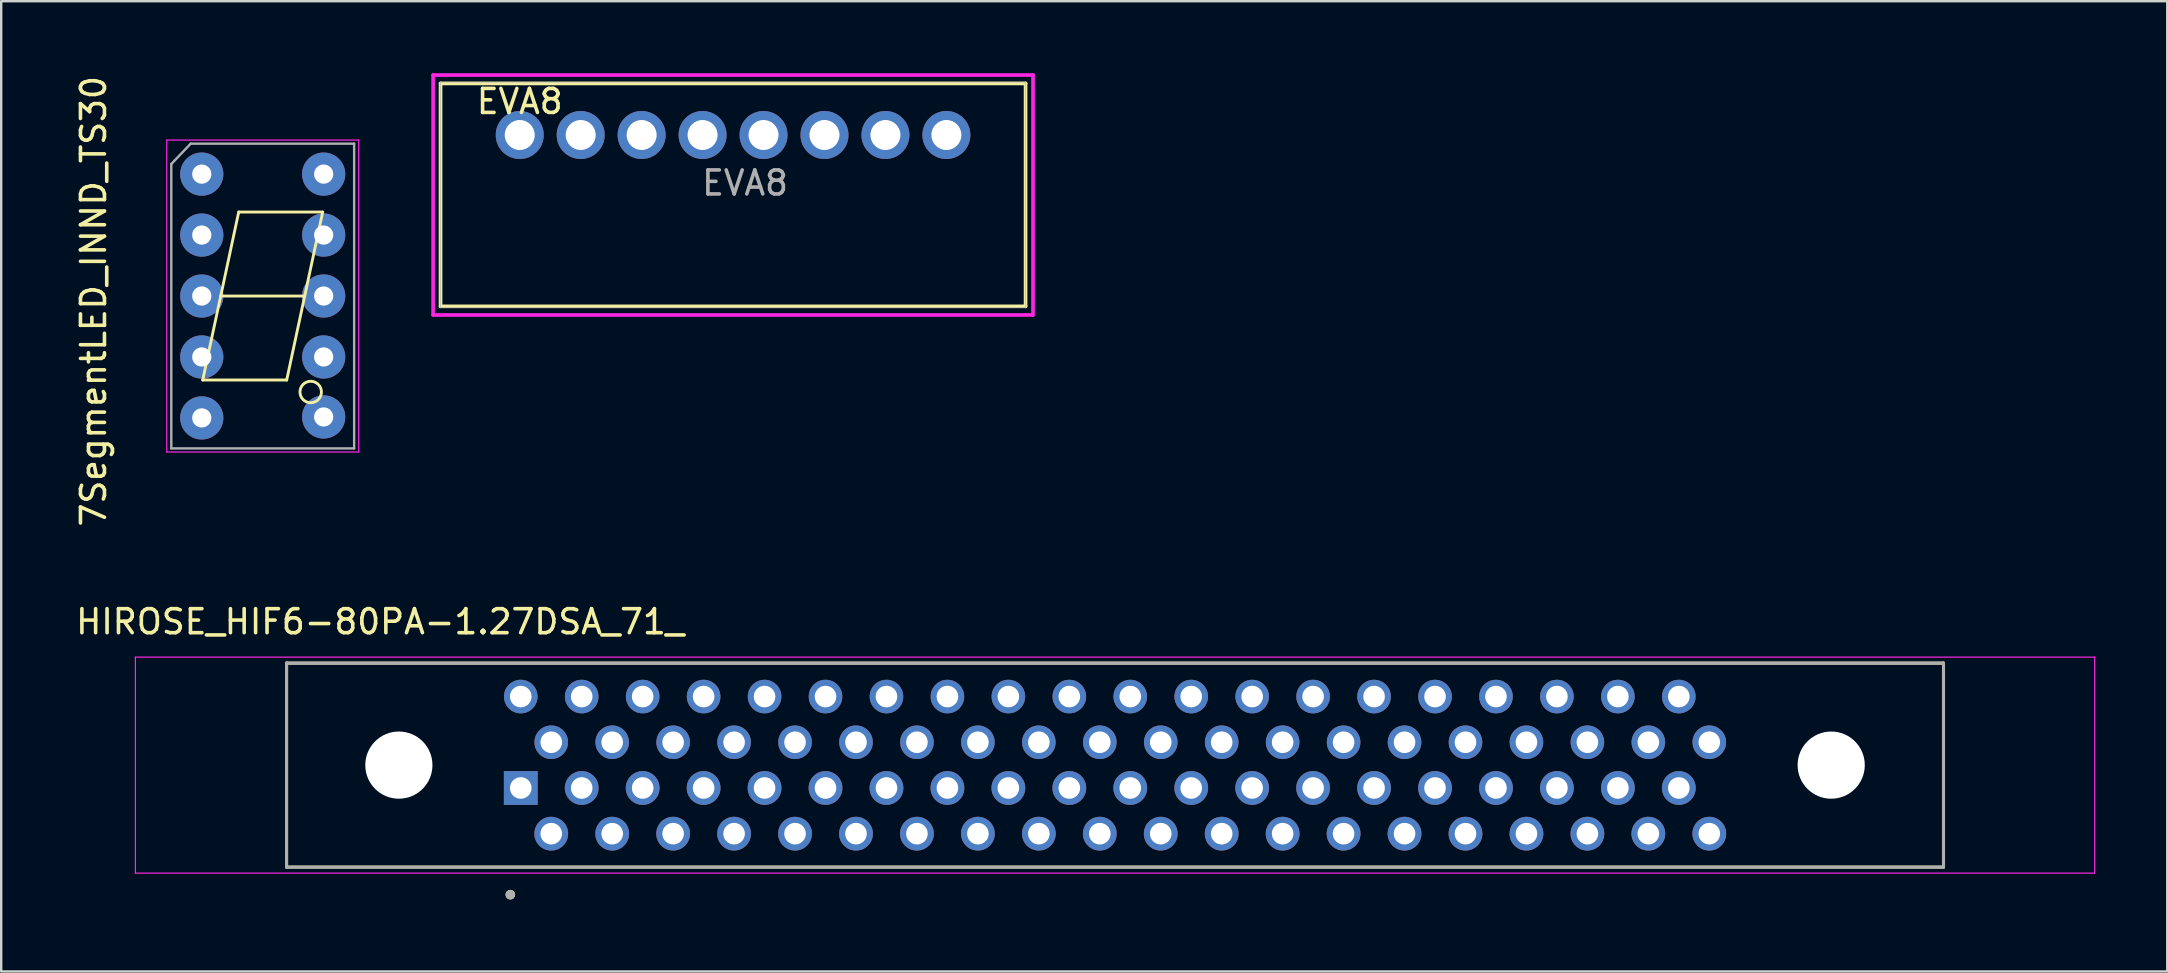
<source format=kicad_pcb>
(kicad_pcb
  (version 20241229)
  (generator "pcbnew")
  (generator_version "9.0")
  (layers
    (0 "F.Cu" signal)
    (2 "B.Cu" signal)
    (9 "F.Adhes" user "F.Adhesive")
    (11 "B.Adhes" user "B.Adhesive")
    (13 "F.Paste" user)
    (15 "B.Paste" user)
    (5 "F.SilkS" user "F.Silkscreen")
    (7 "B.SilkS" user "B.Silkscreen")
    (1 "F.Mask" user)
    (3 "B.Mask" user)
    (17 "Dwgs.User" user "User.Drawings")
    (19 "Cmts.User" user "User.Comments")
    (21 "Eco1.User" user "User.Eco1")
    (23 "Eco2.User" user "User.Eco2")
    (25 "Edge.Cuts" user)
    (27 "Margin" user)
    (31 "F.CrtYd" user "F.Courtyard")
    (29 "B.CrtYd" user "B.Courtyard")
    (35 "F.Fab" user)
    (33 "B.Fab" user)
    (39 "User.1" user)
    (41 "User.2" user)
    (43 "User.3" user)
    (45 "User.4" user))
  (footprint "HIROSE_HIF6-80PA-1.27DSA_71_"
    (layer "F.Cu")
    (at 43.417 28.835)
    (property "Reference" "HIROSE_HIF6-80PA-1.27DSA_71_" (at -30.625 -5.975 0) (layer "F.SilkS") (effects (font (size 1 1) (thickness 0.15))))
    (attr through_hole)
    (fp_line (start -34.525 -4.25) (end -34.525 4.25) (stroke (width 0.127) (type solid)) (layer "F.SilkS"))
    (fp_line (start -34.525 4.25) (end 34.525 4.25) (stroke (width 0.127) (type solid)) (layer "F.SilkS"))
    (fp_line (start 34.525 -4.25) (end -34.525 -4.25) (stroke (width 0.127) (type solid)) (layer "F.SilkS"))
    (fp_line (start 34.525 4.25) (end 34.525 -4.25) (stroke (width 0.127) (type solid)) (layer "F.SilkS"))
    (fp_circle (center -25.2 5.4) (end -25.1 5.4) (stroke (width 0.2) (type solid)) (fill no) (layer "F.SilkS"))
    (fp_line (start -40.825 -4.5) (end 40.825 -4.5) (stroke (width 0.05) (type solid)) (layer "F.CrtYd"))
    (fp_line (start -40.825 4.5) (end -40.825 -4.5) (stroke (width 0.05) (type solid)) (layer "F.CrtYd"))
    (fp_line (start 40.825 -4.5) (end 40.825 4.5) (stroke (width 0.05) (type solid)) (layer "F.CrtYd"))
    (fp_line (start 40.825 4.5) (end -40.825 4.5) (stroke (width 0.05) (type solid)) (layer "F.CrtYd"))
    (fp_line (start -34.525 -4.25) (end 34.525 -4.25) (stroke (width 0.127) (type solid)) (layer "F.Fab"))
    (fp_line (start -34.525 4.25) (end -34.525 -4.25) (stroke (width 0.127) (type solid)) (layer "F.Fab"))
    (fp_line (start 34.525 -4.25) (end 34.525 4.25) (stroke (width 0.127) (type solid)) (layer "F.Fab"))
    (fp_line (start 34.525 4.25) (end -34.525 4.25) (stroke (width 0.127) (type solid)) (layer "F.Fab"))
    (fp_circle (center -25.2 5.4) (end -25.1 5.4) (stroke (width 0.2) (type solid)) (fill no) (layer "F.Fab"))
    (pad "" np_thru_hole circle (at -29.845 0) (size 2.8 2.8) (drill 2.8) (layers "*.Cu" "*.Mask"))
    (pad "" np_thru_hole circle (at 29.845 0) (size 2.8 2.8) (drill 2.8) (layers "*.Cu" "*.Mask"))
    (pad "A1" thru_hole rect (at -24.765 0.953) (size 1.408 1.408) (drill 0.9) (layers "*.Cu" "*.Mask"))
    (pad "A2" thru_hole circle (at -23.495 2.857) (size 1.408 1.408) (drill 0.9) (layers "*.Cu" "*.Mask"))
    (pad "A3" thru_hole circle (at -22.225 0.953) (size 1.408 1.408) (drill 0.9) (layers "*.Cu" "*.Mask"))
    (pad "A4" thru_hole circle (at -20.955 2.857) (size 1.408 1.408) (drill 0.9) (layers "*.Cu" "*.Mask"))
    (pad "A5" thru_hole circle (at -19.685 0.953) (size 1.408 1.408) (drill 0.9) (layers "*.Cu" "*.Mask"))
    (pad "A6" thru_hole circle (at -18.415 2.857) (size 1.408 1.408) (drill 0.9) (layers "*.Cu" "*.Mask"))
    (pad "A7" thru_hole circle (at -17.145 0.953) (size 1.408 1.408) (drill 0.9) (layers "*.Cu" "*.Mask"))
    (pad "A8" thru_hole circle (at -15.875 2.857) (size 1.408 1.408) (drill 0.9) (layers "*.Cu" "*.Mask"))
    (pad "A9" thru_hole circle (at -14.605 0.953) (size 1.408 1.408) (drill 0.9) (layers "*.Cu" "*.Mask"))
    (pad "A10" thru_hole circle (at -13.335 2.857) (size 1.408 1.408) (drill 0.9) (layers "*.Cu" "*.Mask"))
    (pad "A11" thru_hole circle (at -12.065 0.953) (size 1.408 1.408) (drill 0.9) (layers "*.Cu" "*.Mask"))
    (pad "A12" thru_hole circle (at -10.795 2.857) (size 1.408 1.408) (drill 0.9) (layers "*.Cu" "*.Mask"))
    (pad "A13" thru_hole circle (at -9.525 0.953) (size 1.408 1.408) (drill 0.9) (layers "*.Cu" "*.Mask"))
    (pad "A14" thru_hole circle (at -8.255 2.857) (size 1.408 1.408) (drill 0.9) (layers "*.Cu" "*.Mask"))
    (pad "A15" thru_hole circle (at -6.985 0.953) (size 1.408 1.408) (drill 0.9) (layers "*.Cu" "*.Mask"))
    (pad "A16" thru_hole circle (at -5.715 2.857) (size 1.408 1.408) (drill 0.9) (layers "*.Cu" "*.Mask"))
    (pad "A17" thru_hole circle (at -4.445 0.953) (size 1.408 1.408) (drill 0.9) (layers "*.Cu" "*.Mask"))
    (pad "A18" thru_hole circle (at -3.175 2.857) (size 1.408 1.408) (drill 0.9) (layers "*.Cu" "*.Mask"))
    (pad "A19" thru_hole circle (at -1.905 0.953) (size 1.408 1.408) (drill 0.9) (layers "*.Cu" "*.Mask"))
    (pad "A20" thru_hole circle (at -0.635 2.857) (size 1.408 1.408) (drill 0.9) (layers "*.Cu" "*.Mask"))
    (pad "A21" thru_hole circle (at 0.635 0.953) (size 1.408 1.408) (drill 0.9) (layers "*.Cu" "*.Mask"))
    (pad "A22" thru_hole circle (at 1.905 2.857) (size 1.408 1.408) (drill 0.9) (layers "*.Cu" "*.Mask"))
    (pad "A23" thru_hole circle (at 3.175 0.953) (size 1.408 1.408) (drill 0.9) (layers "*.Cu" "*.Mask"))
    (pad "A24" thru_hole circle (at 4.445 2.857) (size 1.408 1.408) (drill 0.9) (layers "*.Cu" "*.Mask"))
    (pad "A25" thru_hole circle (at 5.715 0.953) (size 1.408 1.408) (drill 0.9) (layers "*.Cu" "*.Mask"))
    (pad "A26" thru_hole circle (at 6.985 2.857) (size 1.408 1.408) (drill 0.9) (layers "*.Cu" "*.Mask"))
    (pad "A27" thru_hole circle (at 8.255 0.953) (size 1.408 1.408) (drill 0.9) (layers "*.Cu" "*.Mask"))
    (pad "A28" thru_hole circle (at 9.525 2.857) (size 1.408 1.408) (drill 0.9) (layers "*.Cu" "*.Mask"))
    (pad "A29" thru_hole circle (at 10.795 0.953) (size 1.408 1.408) (drill 0.9) (layers "*.Cu" "*.Mask"))
    (pad "A30" thru_hole circle (at 12.065 2.857) (size 1.408 1.408) (drill 0.9) (layers "*.Cu" "*.Mask"))
    (pad "A31" thru_hole circle (at 13.335 0.953) (size 1.408 1.408) (drill 0.9) (layers "*.Cu" "*.Mask"))
    (pad "A32" thru_hole circle (at 14.605 2.857) (size 1.408 1.408) (drill 0.9) (layers "*.Cu" "*.Mask"))
    (pad "A33" thru_hole circle (at 15.875 0.953) (size 1.408 1.408) (drill 0.9) (layers "*.Cu" "*.Mask"))
    (pad "A34" thru_hole circle (at 17.145 2.857) (size 1.408 1.408) (drill 0.9) (layers "*.Cu" "*.Mask"))
    (pad "A35" thru_hole circle (at 18.415 0.953) (size 1.408 1.408) (drill 0.9) (layers "*.Cu" "*.Mask"))
    (pad "A36" thru_hole circle (at 19.685 2.857) (size 1.408 1.408) (drill 0.9) (layers "*.Cu" "*.Mask"))
    (pad "A37" thru_hole circle (at 20.955 0.953) (size 1.408 1.408) (drill 0.9) (layers "*.Cu" "*.Mask"))
    (pad "A38" thru_hole circle (at 22.225 2.857) (size 1.408 1.408) (drill 0.9) (layers "*.Cu" "*.Mask"))
    (pad "A39" thru_hole circle (at 23.495 0.953) (size 1.408 1.408) (drill 0.9) (layers "*.Cu" "*.Mask"))
    (pad "A40" thru_hole circle (at 24.765 2.857) (size 1.408 1.408) (drill 0.9) (layers "*.Cu" "*.Mask"))
    (pad "B1" thru_hole circle (at -24.765 -2.857) (size 1.4 1.4) (drill 0.9) (layers "*.Cu" "*.Mask"))
    (pad "B2" thru_hole circle (at -23.495 -0.953) (size 1.4 1.4) (drill 0.9) (layers "*.Cu" "*.Mask"))
    (pad "B3" thru_hole circle (at -22.225 -2.857) (size 1.4 1.4) (drill 0.9) (layers "*.Cu" "*.Mask"))
    (pad "B4" thru_hole circle (at -20.955 -0.953) (size 1.4 1.4) (drill 0.9) (layers "*.Cu" "*.Mask"))
    (pad "B5" thru_hole circle (at -19.685 -2.857) (size 1.4 1.4) (drill 0.9) (layers "*.Cu" "*.Mask"))
    (pad "B6" thru_hole circle (at -18.415 -0.953) (size 1.4 1.4) (drill 0.9) (layers "*.Cu" "*.Mask"))
    (pad "B7" thru_hole circle (at -17.145 -2.857) (size 1.4 1.4) (drill 0.9) (layers "*.Cu" "*.Mask"))
    (pad "B8" thru_hole circle (at -15.875 -0.953) (size 1.4 1.4) (drill 0.9) (layers "*.Cu" "*.Mask"))
    (pad "B9" thru_hole circle (at -14.605 -2.857) (size 1.4 1.4) (drill 0.9) (layers "*.Cu" "*.Mask"))
    (pad "B10" thru_hole circle (at -13.335 -0.953) (size 1.4 1.4) (drill 0.9) (layers "*.Cu" "*.Mask"))
    (pad "B11" thru_hole circle (at -12.065 -2.857) (size 1.4 1.4) (drill 0.9) (layers "*.Cu" "*.Mask"))
    (pad "B12" thru_hole circle (at -10.795 -0.953) (size 1.4 1.4) (drill 0.9) (layers "*.Cu" "*.Mask"))
    (pad "B13" thru_hole circle (at -9.525 -2.857) (size 1.4 1.4) (drill 0.9) (layers "*.Cu" "*.Mask"))
    (pad "B14" thru_hole circle (at -8.255 -0.953) (size 1.4 1.4) (drill 0.9) (layers "*.Cu" "*.Mask"))
    (pad "B15" thru_hole circle (at -6.985 -2.857) (size 1.4 1.4) (drill 0.9) (layers "*.Cu" "*.Mask"))
    (pad "B16" thru_hole circle (at -5.715 -0.953) (size 1.4 1.4) (drill 0.9) (layers "*.Cu" "*.Mask"))
    (pad "B17" thru_hole circle (at -4.445 -2.857) (size 1.4 1.4) (drill 0.9) (layers "*.Cu" "*.Mask"))
    (pad "B18" thru_hole circle (at -3.175 -0.953) (size 1.4 1.4) (drill 0.9) (layers "*.Cu" "*.Mask"))
    (pad "B19" thru_hole circle (at -1.905 -2.857) (size 1.4 1.4) (drill 0.9) (layers "*.Cu" "*.Mask"))
    (pad "B20" thru_hole circle (at -0.635 -0.953) (size 1.4 1.4) (drill 0.9) (layers "*.Cu" "*.Mask"))
    (pad "B21" thru_hole circle (at 0.635 -2.857) (size 1.4 1.4) (drill 0.9) (layers "*.Cu" "*.Mask"))
    (pad "B22" thru_hole circle (at 1.905 -0.953) (size 1.4 1.4) (drill 0.9) (layers "*.Cu" "*.Mask"))
    (pad "B23" thru_hole circle (at 3.175 -2.857) (size 1.4 1.4) (drill 0.9) (layers "*.Cu" "*.Mask"))
    (pad "B24" thru_hole circle (at 4.445 -0.953) (size 1.4 1.4) (drill 0.9) (layers "*.Cu" "*.Mask"))
    (pad "B25" thru_hole circle (at 5.715 -2.857) (size 1.4 1.4) (drill 0.9) (layers "*.Cu" "*.Mask"))
    (pad "B26" thru_hole circle (at 6.985 -0.953) (size 1.4 1.4) (drill 0.9) (layers "*.Cu" "*.Mask"))
    (pad "B27" thru_hole circle (at 8.255 -2.857) (size 1.4 1.4) (drill 0.9) (layers "*.Cu" "*.Mask"))
    (pad "B28" thru_hole circle (at 9.525 -0.953) (size 1.4 1.4) (drill 0.9) (layers "*.Cu" "*.Mask"))
    (pad "B29" thru_hole circle (at 10.795 -2.857) (size 1.4 1.4) (drill 0.9) (layers "*.Cu" "*.Mask"))
    (pad "B30" thru_hole circle (at 12.065 -0.953) (size 1.4 1.4) (drill 0.9) (layers "*.Cu" "*.Mask"))
    (pad "B31" thru_hole circle (at 13.335 -2.857) (size 1.4 1.4) (drill 0.9) (layers "*.Cu" "*.Mask"))
    (pad "B32" thru_hole circle (at 14.605 -0.953) (size 1.4 1.4) (drill 0.9) (layers "*.Cu" "*.Mask"))
    (pad "B33" thru_hole circle (at 15.875 -2.857) (size 1.4 1.4) (drill 0.9) (layers "*.Cu" "*.Mask"))
    (pad "B34" thru_hole circle (at 17.145 -0.953) (size 1.4 1.4) (drill 0.9) (layers "*.Cu" "*.Mask"))
    (pad "B35" thru_hole circle (at 18.415 -2.857) (size 1.4 1.4) (drill 0.9) (layers "*.Cu" "*.Mask"))
    (pad "B36" thru_hole circle (at 19.685 -0.953) (size 1.4 1.4) (drill 0.9) (layers "*.Cu" "*.Mask"))
    (pad "B37" thru_hole circle (at 20.955 -2.857) (size 1.4 1.4) (drill 0.9) (layers "*.Cu" "*.Mask"))
    (pad "B38" thru_hole circle (at 22.225 -0.953) (size 1.4 1.4) (drill 0.9) (layers "*.Cu" "*.Mask"))
    (pad "B39" thru_hole circle (at 23.495 -2.857) (size 1.4 1.4) (drill 0.9) (layers "*.Cu" "*.Mask"))
    (pad "B40" thru_hole circle (at 24.765 -0.953) (size 1.4 1.4) (drill 0.9) (layers "*.Cu" "*.Mask")))
  (footprint "EVA8"
    (layer "F.Cu")
    (at 27.499 2.576)
    (property "Reference" "EVA8" (at -8.89 -1.397 0) (unlocked yes) (layer "F.SilkS") (effects (font (size 1 1) (thickness 0.15))))
    (attr smd)
    (fp_line (start -12.19 -2.15) (end -12.19 7.14) (stroke (width 0.152) (type solid)) (layer "F.SilkS"))
    (fp_line (start -12.19 -2.15) (end 12.19 -2.15) (stroke (width 0.152) (type solid)) (layer "F.SilkS"))
    (fp_line (start -12.19 7.14) (end 12.19 7.14) (stroke (width 0.152) (type solid)) (layer "F.SilkS"))
    (fp_line (start 12.19 7.14) (end 12.19 -2.15) (stroke (width 0.152) (type solid)) (layer "F.SilkS"))
    (fp_line (start -12.5 -2.5) (end 12.5 -2.5) (stroke (width 0.152) (type solid)) (layer "F.CrtYd"))
    (fp_line (start -12.5 7.5) (end -12.5 -2.5) (stroke (width 0.152) (type solid)) (layer "F.CrtYd"))
    (fp_line (start 12.5 -2.5) (end 12.5 7.5) (stroke (width 0.152) (type solid)) (layer "F.CrtYd"))
    (fp_line (start 12.5 7.5) (end -12.5 7.5) (stroke (width 0.152) (type solid)) (layer "F.CrtYd"))
    (fp_line (start -12.19 -2.204) (end -12.19 7.194) (stroke (width 0.025) (type solid)) (layer "F.Fab"))
    (fp_line (start -12.19 7.194) (end 12.19 7.194) (stroke (width 0.025) (type solid)) (layer "F.Fab"))
    (fp_line (start 12.19 -2.204) (end -12.19 -2.204) (stroke (width 0.025) (type solid)) (layer "F.Fab"))
    (fp_line (start 12.19 7.194) (end 12.19 -2.204) (stroke (width 0.025) (type solid)) (layer "F.Fab"))
    (fp_text user "${REFERENCE}" (at 0.5 2 0) (unlocked yes) (layer "F.Fab") (effects (font (size 1 1) (thickness 0.15))))
    (pad "1" thru_hole circle (at -8.89 0) (size 2 2) (drill 1.25) (layers "*.Cu" "*.Mask"))
    (pad "2" thru_hole circle (at -6.35 0) (size 2 2) (drill 1.25) (layers "*.Cu" "*.Mask"))
    (pad "3" thru_hole circle (at -3.81 0) (size 2 2) (drill 1.25) (layers "*.Cu" "*.Mask"))
    (pad "4" thru_hole circle (at -1.27 0) (size 2 2) (drill 1.25) (layers "*.Cu" "*.Mask"))
    (pad "5" thru_hole circle (at 1.27 0) (size 2 2) (drill 1.25) (layers "*.Cu" "*.Mask"))
    (pad "6" thru_hole circle (at 3.81 0) (size 2 2) (drill 1.25) (layers "*.Cu" "*.Mask"))
    (pad "7" thru_hole circle (at 6.35 0) (size 2 2) (drill 1.25) (layers "*.Cu" "*.Mask"))
    (pad "8" thru_hole circle (at 8.89 0) (size 2 2) (drill 1.25) (layers "*.Cu" "*.Mask")))
  (footprint "7SegmentLED_INND_TS30"
    (layer "F.Cu")
    (at 7.898 9.286)
    (property "Reference" "7SegmentLED_INND_TS30" (at -7.05 0.22 90) (layer "F.SilkS") (effects (font (size 1 1) (thickness 0.15))))
    (attr through_hole)
    (fp_line (start -2.5 3.5) (end 1 3.5) (stroke (width 0.12) (type solid)) (layer "F.SilkS"))
    (fp_line (start -1.75 0) (end -2.5 3.5) (stroke (width 0.12) (type solid)) (layer "F.SilkS"))
    (fp_line (start -1 -3.5) (end -1.75 0) (stroke (width 0.12) (type solid)) (layer "F.SilkS"))
    (fp_line (start -1 -3.5) (end 2.5 -3.5) (stroke (width 0.12) (type solid)) (layer "F.SilkS"))
    (fp_line (start 1 3.5) (end 1.75 0) (stroke (width 0.12) (type solid)) (layer "F.SilkS"))
    (fp_line (start 1.75 0) (end -1.75 0) (stroke (width 0.12) (type solid)) (layer "F.SilkS"))
    (fp_line (start 1.75 0) (end 2.5 -3.5) (stroke (width 0.12) (type solid)) (layer "F.SilkS"))
    (fp_circle (center 2 4) (end 2 3.553) (stroke (width 0.12) (type solid)) (fill no) (layer "F.SilkS"))
    (fp_line (start -4 -6.5) (end 4 -6.5) (stroke (width 0.05) (type solid)) (layer "F.CrtYd"))
    (fp_line (start -4 6.5) (end -4 -6.5) (stroke (width 0.05) (type solid)) (layer "F.CrtYd"))
    (fp_line (start -4 6.5) (end 4 6.5) (stroke (width 0.05) (type solid)) (layer "F.CrtYd"))
    (fp_line (start 4 6.5) (end 4 -6.5) (stroke (width 0.05) (type solid)) (layer "F.CrtYd"))
    (fp_line (start -3.81 6.35) (end -3.81 -5.5) (stroke (width 0.1) (type solid)) (layer "F.Fab"))
    (fp_line (start -3.81 6.35) (end 3.81 6.35) (stroke (width 0.1) (type solid)) (layer "F.Fab"))
    (fp_line (start -3 -6.35) (end -3.81 -5.5) (stroke (width 0.1) (type solid)) (layer "F.Fab"))
    (fp_line (start -3 -6.35) (end 3.81 -6.35) (stroke (width 0.1) (type solid)) (layer "F.Fab"))
    (fp_line (start 3.81 6.35) (end 3.81 -6.35) (stroke (width 0.1) (type solid)) (layer "F.Fab"))
    (pad "1" thru_hole circle (at -2.54 -5.08 270) (size 1.8 1.8) (drill 0.8) (layers "*.Cu" "*.Mask"))
    (pad "2" thru_hole circle (at -2.54 -2.54 270) (size 1.8 1.8) (drill 0.8) (layers "*.Cu" "*.Mask"))
    (pad "3" thru_hole circle (at -2.54 0 270) (size 1.8 1.8) (drill 0.8) (layers "*.Cu" "*.Mask"))
    (pad "4" thru_hole circle (at -2.54 2.54 270) (size 1.8 1.8) (drill 0.8) (layers "*.Cu" "*.Mask"))
    (pad "5" thru_hole circle (at -2.54 5.08 270) (size 1.8 1.8) (drill 0.8) (layers "*.Cu" "*.Mask"))
    (pad "6" thru_hole circle (at 2.54 5.04 270) (size 1.8 1.8) (drill 0.8) (layers "*.Cu" "*.Mask"))
    (pad "7" thru_hole circle (at 2.54 2.54 270) (size 1.8 1.8) (drill 0.8) (layers "*.Cu" "*.Mask"))
    (pad "8" thru_hole circle (at 2.54 0 270) (size 1.8 1.8) (drill 0.8) (layers "*.Cu" "*.Mask"))
    (pad "9" thru_hole circle (at 2.54 -2.54 270) (size 1.8 1.8) (drill 0.8) (layers "*.Cu" "*.Mask"))
    (pad "10" thru_hole circle (at 2.54 -5.08 270) (size 1.8 1.8) (drill 0.8) (layers "*.Cu" "*.Mask")))
  (gr_rect
    (start -3 -3)
    (end 87.267 37.435)
    (stroke (width 0.1) (type default))
    (fill no)
    (layer "Edge.Cuts")))
</source>
